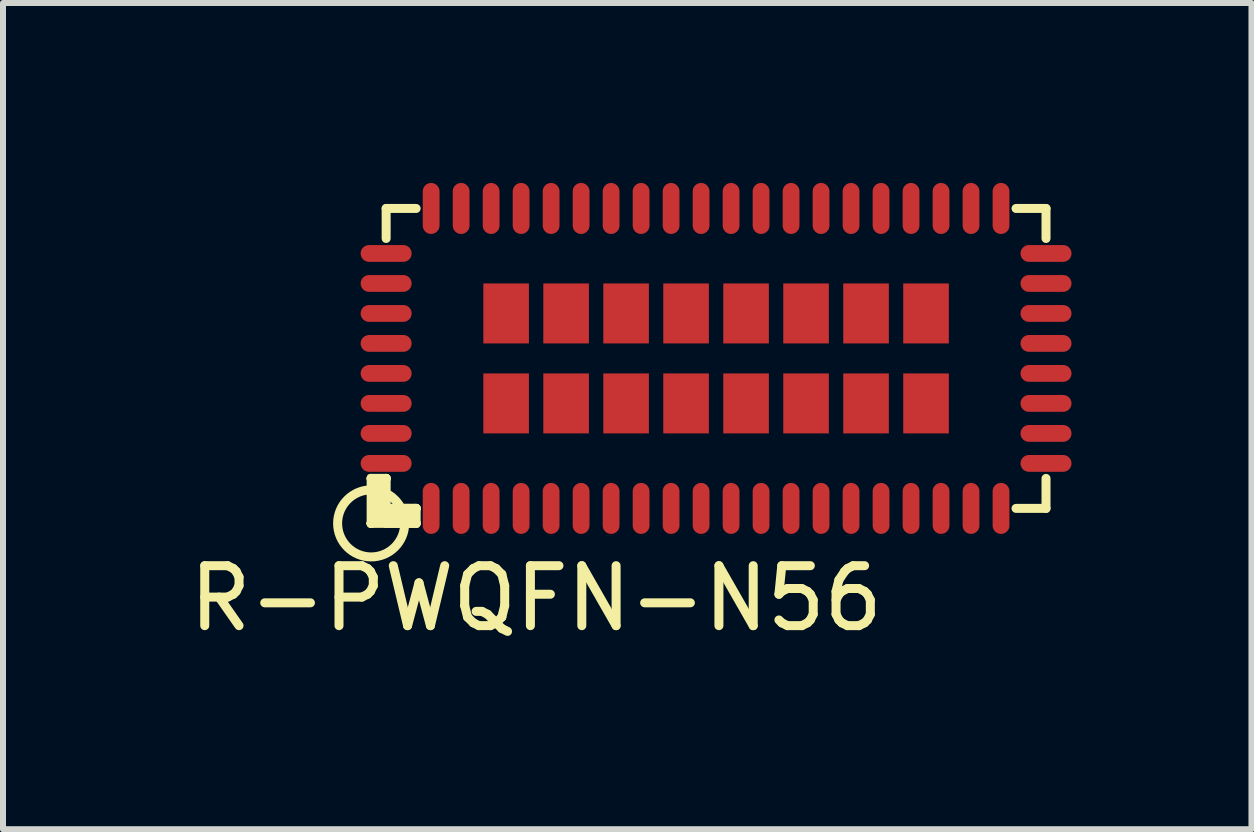
<source format=kicad_pcb>
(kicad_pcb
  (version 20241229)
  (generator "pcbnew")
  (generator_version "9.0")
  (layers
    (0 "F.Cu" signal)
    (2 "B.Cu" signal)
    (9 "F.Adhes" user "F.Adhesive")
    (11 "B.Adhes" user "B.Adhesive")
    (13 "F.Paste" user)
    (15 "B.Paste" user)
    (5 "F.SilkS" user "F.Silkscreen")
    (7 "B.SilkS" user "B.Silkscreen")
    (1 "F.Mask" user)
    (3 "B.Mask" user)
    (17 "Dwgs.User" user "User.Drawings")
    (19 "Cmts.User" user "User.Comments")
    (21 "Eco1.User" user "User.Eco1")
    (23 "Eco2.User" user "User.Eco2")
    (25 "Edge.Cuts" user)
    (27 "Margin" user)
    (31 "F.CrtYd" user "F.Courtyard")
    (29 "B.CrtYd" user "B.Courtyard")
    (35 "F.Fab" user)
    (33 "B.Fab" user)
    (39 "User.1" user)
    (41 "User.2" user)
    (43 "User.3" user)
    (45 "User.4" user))
  (footprint "R-PWQFN-N56"
    (layer "F.Cu")
    (at 8.887 2.925)
    (property "Reference" "R-PWQFN-N56" (at -3 4 0) (layer "F.SilkS") (effects (font (size 1 1) (thickness 0.15))))
    (attr through_hole)
    (fp_line (start -5.75 2) (end -5.75 2.75) (stroke (width 0.15) (type solid)) (layer "F.SilkS"))
    (fp_line (start -5.75 2) (end -5.5 2.75) (stroke (width 0.15) (type solid)) (layer "F.SilkS"))
    (fp_line (start -5.75 2.25) (end -5.5 2) (stroke (width 0.15) (type solid)) (layer "F.SilkS"))
    (fp_line (start -5.75 2.75) (end -5.5 2) (stroke (width 0.15) (type solid)) (layer "F.SilkS"))
    (fp_line (start -5.75 2.75) (end -5.5 2.5) (stroke (width 0.15) (type solid)) (layer "F.SilkS"))
    (fp_line (start -5.75 2.75) (end -5 2.75) (stroke (width 0.15) (type solid)) (layer "F.SilkS"))
    (fp_line (start -5.5 -2.5) (end -5.5 -2) (stroke (width 0.15) (type solid)) (layer "F.SilkS"))
    (fp_line (start -5.5 2) (end -5.75 2) (stroke (width 0.15) (type solid)) (layer "F.SilkS"))
    (fp_line (start -5.5 2) (end -5.75 2) (stroke (width 0.15) (type solid)) (layer "F.SilkS"))
    (fp_line (start -5.5 2.5) (end -5.75 2.75) (stroke (width 0.15) (type solid)) (layer "F.SilkS"))
    (fp_line (start -5.5 2.5) (end -5.5 2) (stroke (width 0.15) (type solid)) (layer "F.SilkS"))
    (fp_line (start -5.5 2.5) (end -5 2.5) (stroke (width 0.15) (type solid)) (layer "F.SilkS"))
    (fp_line (start -5.5 2.75) (end -5 2.75) (stroke (width 0.15) (type solid)) (layer "F.SilkS"))
    (fp_line (start -5.25 2.75) (end -5.75 2.25) (stroke (width 0.15) (type solid)) (layer "F.SilkS"))
    (fp_line (start -5 -2.5) (end -5.5 -2.5) (stroke (width 0.15) (type solid)) (layer "F.SilkS"))
    (fp_line (start -5 2.5) (end -5.75 2.75) (stroke (width 0.15) (type solid)) (layer "F.SilkS"))
    (fp_line (start -5 2.5) (end -5.5 2.5) (stroke (width 0.15) (type solid)) (layer "F.SilkS"))
    (fp_line (start -5 2.5) (end -5.25 2.75) (stroke (width 0.15) (type solid)) (layer "F.SilkS"))
    (fp_line (start -5 2.75) (end -5.5 2.5) (stroke (width 0.15) (type solid)) (layer "F.SilkS"))
    (fp_line (start -5 2.75) (end -5 2.5) (stroke (width 0.15) (type solid)) (layer "F.SilkS"))
    (fp_line (start 5 -2.5) (end 5.5 -2.5) (stroke (width 0.15) (type solid)) (layer "F.SilkS"))
    (fp_line (start 5.5 -2.5) (end 5.5 -2) (stroke (width 0.15) (type solid)) (layer "F.SilkS"))
    (fp_line (start 5.5 2) (end 5.5 2.5) (stroke (width 0.15) (type solid)) (layer "F.SilkS"))
    (fp_line (start 5.5 2.5) (end 5 2.5) (stroke (width 0.15) (type solid)) (layer "F.SilkS"))
    (fp_circle (center -5.75 2.75) (end -5.5 2.25) (stroke (width 0.15) (type solid)) (fill no) (layer "F.SilkS"))
    (pad "1" smd oval (at -4.75 2.5) (size 0.28 0.85) (layers "F.Cu" "F.Mask" "F.Paste"))
    (pad "1" smd rect (at -3.5 -0.75) (size 0.76 1) (layers "F.Cu" "F.Mask" "F.Paste"))
    (pad "1" smd rect (at -3.5 0.75) (size 0.76 1) (layers "F.Cu" "F.Mask" "F.Paste"))
    (pad "1" smd rect (at -2.5 -0.75) (size 0.76 1) (layers "F.Cu" "F.Mask" "F.Paste"))
    (pad "1" smd rect (at -2.5 0.75) (size 0.76 1) (layers "F.Cu" "F.Mask" "F.Paste"))
    (pad "1" smd rect (at -1.5 -0.75) (size 0.76 1) (layers "F.Cu" "F.Mask" "F.Paste"))
    (pad "1" smd rect (at -1.5 0.75) (size 0.76 1) (layers "F.Cu" "F.Mask" "F.Paste"))
    (pad "1" smd rect (at -0.5 -0.75) (size 0.76 1) (layers "F.Cu" "F.Mask" "F.Paste"))
    (pad "1" smd rect (at -0.5 0.75) (size 0.76 1) (layers "F.Cu" "F.Mask" "F.Paste"))
    (pad "1" smd rect (at 0.5 -0.75) (size 0.76 1) (layers "F.Cu" "F.Mask" "F.Paste"))
    (pad "1" smd rect (at 0.5 0.75) (size 0.76 1) (layers "F.Cu" "F.Mask" "F.Paste"))
    (pad "1" smd rect (at 1.5 -0.75) (size 0.76 1) (layers "F.Cu" "F.Mask" "F.Paste"))
    (pad "1" smd rect (at 1.5 0.75) (size 0.76 1) (layers "F.Cu" "F.Mask" "F.Paste"))
    (pad "1" smd rect (at 2.5 -0.75) (size 0.76 1) (layers "F.Cu" "F.Mask" "F.Paste"))
    (pad "1" smd rect (at 2.5 0.75) (size 0.76 1) (layers "F.Cu" "F.Mask" "F.Paste"))
    (pad "1" smd rect (at 3.5 -0.75) (size 0.76 1) (layers "F.Cu" "F.Mask" "F.Paste"))
    (pad "1" smd rect (at 3.5 0.75) (size 0.76 1) (layers "F.Cu" "F.Mask" "F.Paste"))
    (pad "2" smd oval (at -4.25 2.5) (size 0.28 0.85) (layers "F.Cu" "F.Mask" "F.Paste"))
    (pad "3" smd oval (at -3.75 2.5) (size 0.28 0.85) (layers "F.Cu" "F.Mask" "F.Paste"))
    (pad "4" smd oval (at -3.25 2.5) (size 0.28 0.85) (layers "F.Cu" "F.Mask" "F.Paste"))
    (pad "5" smd oval (at -2.75 2.5) (size 0.28 0.85) (layers "F.Cu" "F.Mask" "F.Paste"))
    (pad "6" smd oval (at -2.25 2.5) (size 0.28 0.85) (layers "F.Cu" "F.Mask" "F.Paste"))
    (pad "7" smd oval (at -1.75 2.5) (size 0.28 0.85) (layers "F.Cu" "F.Mask" "F.Paste"))
    (pad "8" smd oval (at -1.25 2.5) (size 0.28 0.85) (layers "F.Cu" "F.Mask" "F.Paste"))
    (pad "9" smd oval (at -0.75 2.5) (size 0.28 0.85) (layers "F.Cu" "F.Mask" "F.Paste"))
    (pad "10" smd oval (at -0.25 2.5) (size 0.28 0.85) (layers "F.Cu" "F.Mask" "F.Paste"))
    (pad "11" smd oval (at 0.25 2.5) (size 0.28 0.85) (layers "F.Cu" "F.Mask" "F.Paste"))
    (pad "12" smd oval (at 0.75 2.5) (size 0.28 0.85) (layers "F.Cu" "F.Mask" "F.Paste"))
    (pad "13" smd oval (at 1.25 2.5) (size 0.28 0.85) (layers "F.Cu" "F.Mask" "F.Paste"))
    (pad "14" smd oval (at 1.75 2.5) (size 0.28 0.85) (layers "F.Cu" "F.Mask" "F.Paste"))
    (pad "15" smd oval (at 2.25 2.5) (size 0.28 0.85) (layers "F.Cu" "F.Mask" "F.Paste"))
    (pad "16" smd oval (at 2.75 2.5) (size 0.28 0.85) (layers "F.Cu" "F.Mask" "F.Paste"))
    (pad "17" smd oval (at 3.25 2.5) (size 0.28 0.85) (layers "F.Cu" "F.Mask" "F.Paste"))
    (pad "18" smd oval (at 3.75 2.5) (size 0.28 0.85) (layers "F.Cu" "F.Mask" "F.Paste"))
    (pad "19" smd oval (at 4.25 2.5) (size 0.28 0.85) (layers "F.Cu" "F.Mask" "F.Paste"))
    (pad "20" smd oval (at 4.75 2.5) (size 0.28 0.85) (layers "F.Cu" "F.Mask" "F.Paste"))
    (pad "21" smd oval (at 5.5 1.75 90) (size 0.28 0.85) (layers "F.Cu" "F.Mask" "F.Paste"))
    (pad "22" smd oval (at 5.5 1.25 90) (size 0.28 0.85) (layers "F.Cu" "F.Mask" "F.Paste"))
    (pad "23" smd oval (at 5.5 0.75 90) (size 0.28 0.85) (layers "F.Cu" "F.Mask" "F.Paste"))
    (pad "24" smd oval (at 5.5 0.25 90) (size 0.28 0.85) (layers "F.Cu" "F.Mask" "F.Paste"))
    (pad "25" smd oval (at 5.5 -0.25 90) (size 0.28 0.85) (layers "F.Cu" "F.Mask" "F.Paste"))
    (pad "26" smd oval (at 5.5 -0.75 90) (size 0.28 0.85) (layers "F.Cu" "F.Mask" "F.Paste"))
    (pad "27" smd oval (at 5.5 -1.25 90) (size 0.28 0.85) (layers "F.Cu" "F.Mask" "F.Paste"))
    (pad "28" smd oval (at 5.5 -1.75 90) (size 0.28 0.85) (layers "F.Cu" "F.Mask" "F.Paste"))
    (pad "29" smd oval (at 4.75 -2.5) (size 0.28 0.85) (layers "F.Cu" "F.Mask" "F.Paste"))
    (pad "30" smd oval (at 4.25 -2.5) (size 0.28 0.85) (layers "F.Cu" "F.Mask" "F.Paste"))
    (pad "31" smd oval (at 3.75 -2.5) (size 0.28 0.85) (layers "F.Cu" "F.Mask" "F.Paste"))
    (pad "32" smd oval (at 3.25 -2.5) (size 0.28 0.85) (layers "F.Cu" "F.Mask" "F.Paste"))
    (pad "33" smd oval (at 2.75 -2.5) (size 0.28 0.85) (layers "F.Cu" "F.Mask" "F.Paste"))
    (pad "34" smd oval (at 2.25 -2.5) (size 0.28 0.85) (layers "F.Cu" "F.Mask" "F.Paste"))
    (pad "35" smd oval (at 1.75 -2.5) (size 0.28 0.85) (layers "F.Cu" "F.Mask" "F.Paste"))
    (pad "36" smd oval (at 1.25 -2.5) (size 0.28 0.85) (layers "F.Cu" "F.Mask" "F.Paste"))
    (pad "37" smd oval (at 0.75 -2.5) (size 0.28 0.85) (layers "F.Cu" "F.Mask" "F.Paste"))
    (pad "38" smd oval (at 0.25 -2.5) (size 0.28 0.85) (layers "F.Cu" "F.Mask" "F.Paste"))
    (pad "39" smd oval (at -0.25 -2.5) (size 0.28 0.85) (layers "F.Cu" "F.Mask" "F.Paste"))
    (pad "40" smd oval (at -0.75 -2.5) (size 0.28 0.85) (layers "F.Cu" "F.Mask" "F.Paste"))
    (pad "41" smd oval (at -1.25 -2.5) (size 0.28 0.85) (layers "F.Cu" "F.Mask" "F.Paste"))
    (pad "42" smd oval (at -1.75 -2.5) (size 0.28 0.85) (layers "F.Cu" "F.Mask" "F.Paste"))
    (pad "43" smd oval (at -2.25 -2.5) (size 0.28 0.85) (layers "F.Cu" "F.Mask" "F.Paste"))
    (pad "44" smd oval (at -2.75 -2.5) (size 0.28 0.85) (layers "F.Cu" "F.Mask" "F.Paste"))
    (pad "45" smd oval (at -3.25 -2.5) (size 0.28 0.85) (layers "F.Cu" "F.Mask" "F.Paste"))
    (pad "46" smd oval (at -3.75 -2.5) (size 0.28 0.85) (layers "F.Cu" "F.Mask" "F.Paste"))
    (pad "47" smd oval (at -4.25 -2.5) (size 0.28 0.85) (layers "F.Cu" "F.Mask" "F.Paste"))
    (pad "48" smd oval (at -4.75 -2.5) (size 0.28 0.85) (layers "F.Cu" "F.Mask" "F.Paste"))
    (pad "49" smd oval (at -5.5 -1.75 90) (size 0.28 0.85) (layers "F.Cu" "F.Mask" "F.Paste"))
    (pad "50" smd oval (at -5.5 -1.25 90) (size 0.28 0.85) (layers "F.Cu" "F.Mask" "F.Paste"))
    (pad "51" smd oval (at -5.5 -0.75 90) (size 0.28 0.85) (layers "F.Cu" "F.Mask" "F.Paste"))
    (pad "52" smd oval (at -5.5 -0.25 90) (size 0.28 0.85) (layers "F.Cu" "F.Mask" "F.Paste"))
    (pad "53" smd oval (at -5.5 0.25 90) (size 0.28 0.85) (layers "F.Cu" "F.Mask" "F.Paste"))
    (pad "54" smd oval (at -5.5 0.75 90) (size 0.28 0.85) (layers "F.Cu" "F.Mask" "F.Paste"))
    (pad "55" smd oval (at -5.5 1.25 90) (size 0.28 0.85) (layers "F.Cu" "F.Mask" "F.Paste"))
    (pad "56" smd oval (at -5.5 1.75 90) (size 0.28 0.85) (layers "F.Cu" "F.Mask" "F.Paste")))
  (gr_rect
    (start -3 -3)
    (end 17.812 10.773)
    (stroke (width 0.1) (type default))
    (fill no)
    (layer "Edge.Cuts")))
</source>
